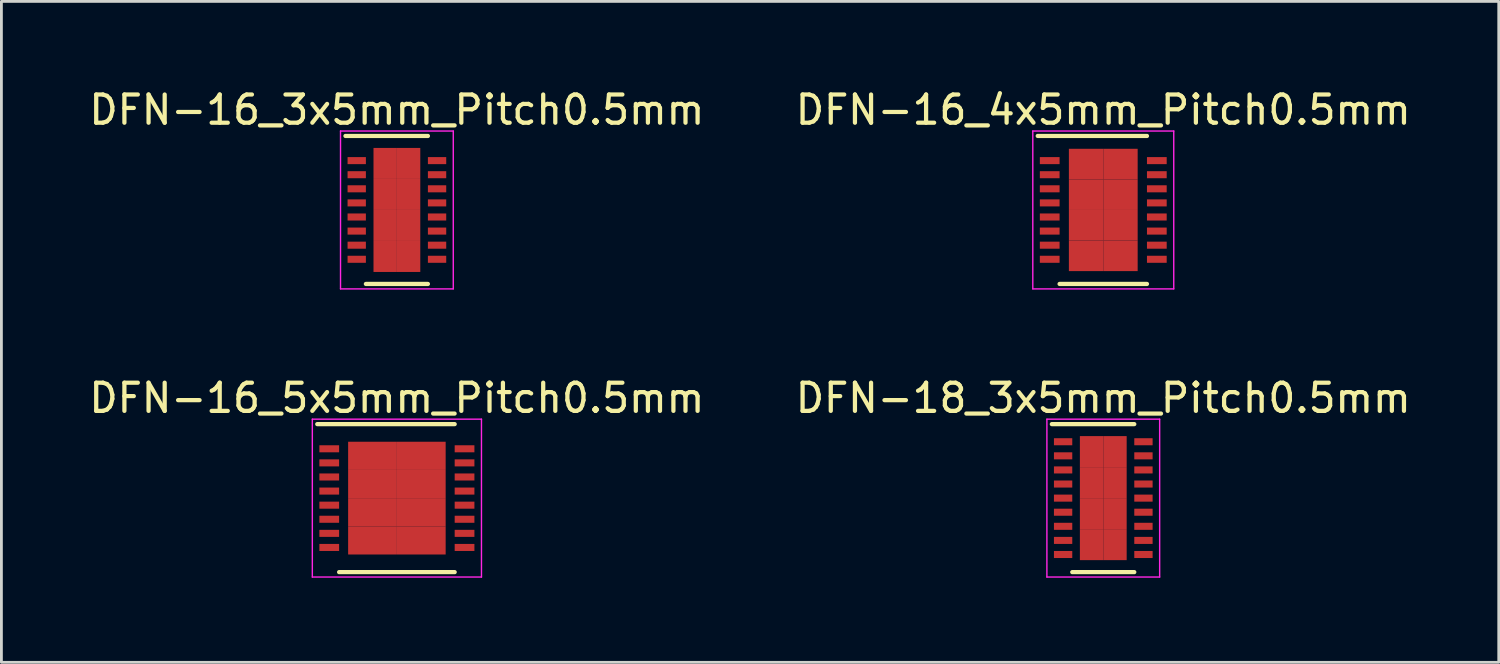
<source format=kicad_pcb>
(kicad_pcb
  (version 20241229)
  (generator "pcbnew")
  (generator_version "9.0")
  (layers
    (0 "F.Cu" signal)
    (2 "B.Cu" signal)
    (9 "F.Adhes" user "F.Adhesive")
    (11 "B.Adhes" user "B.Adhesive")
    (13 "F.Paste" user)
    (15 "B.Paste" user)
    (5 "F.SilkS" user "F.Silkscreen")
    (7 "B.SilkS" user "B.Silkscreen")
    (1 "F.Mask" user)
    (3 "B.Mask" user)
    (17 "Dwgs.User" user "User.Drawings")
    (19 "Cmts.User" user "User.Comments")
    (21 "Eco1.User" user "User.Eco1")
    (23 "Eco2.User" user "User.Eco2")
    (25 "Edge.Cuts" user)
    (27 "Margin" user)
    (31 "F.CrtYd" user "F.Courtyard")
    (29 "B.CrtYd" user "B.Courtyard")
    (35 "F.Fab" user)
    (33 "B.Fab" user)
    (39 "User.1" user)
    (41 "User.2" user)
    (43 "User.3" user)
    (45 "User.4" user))
  (footprint "DFN-16_5x5mm_Pitch0.5mm"
    (layer "F.Cu")
    (at 11.03 14.621)
    (property "Reference" "DFN-16_5x5mm_Pitch0.5mm" (at 0 -3.55 0) (layer "F.SilkS") (effects (font (size 1 1) (thickness 0.15))))
    (attr smd)
    (fp_line (start -2.825 -2.625) (end 2.05 -2.625) (stroke (width 0.15) (type solid)) (layer "F.SilkS"))
    (fp_line (start -2.05 2.625) (end 2.05 2.625) (stroke (width 0.15) (type solid)) (layer "F.SilkS"))
    (fp_line (start -3 -2.8) (end -3 2.8) (stroke (width 0.05) (type solid)) (layer "F.CrtYd"))
    (fp_line (start -3 -2.8) (end 3 -2.8) (stroke (width 0.05) (type solid)) (layer "F.CrtYd"))
    (fp_line (start -3 2.8) (end 3 2.8) (stroke (width 0.05) (type solid)) (layer "F.CrtYd"))
    (fp_line (start 3 -2.8) (end 3 2.8) (stroke (width 0.05) (type solid)) (layer "F.CrtYd"))
    (pad "1" smd rect (at -2.4 -1.75) (size 0.7 0.25) (layers "F.Cu" "F.Mask" "F.Paste"))
    (pad "2" smd rect (at -2.4 -1.25) (size 0.7 0.25) (layers "F.Cu" "F.Mask" "F.Paste"))
    (pad "3" smd rect (at -2.4 -0.75) (size 0.7 0.25) (layers "F.Cu" "F.Mask" "F.Paste"))
    (pad "4" smd rect (at -2.4 -0.25) (size 0.7 0.25) (layers "F.Cu" "F.Mask" "F.Paste"))
    (pad "5" smd rect (at -2.4 0.25) (size 0.7 0.25) (layers "F.Cu" "F.Mask" "F.Paste"))
    (pad "6" smd rect (at -2.4 0.75) (size 0.7 0.25) (layers "F.Cu" "F.Mask" "F.Paste"))
    (pad "7" smd rect (at -2.4 1.25) (size 0.7 0.25) (layers "F.Cu" "F.Mask" "F.Paste"))
    (pad "8" smd rect (at -2.4 1.75) (size 0.7 0.25) (layers "F.Cu" "F.Mask" "F.Paste"))
    (pad "9" smd rect (at 2.4 1.75) (size 0.7 0.25) (layers "F.Cu" "F.Mask" "F.Paste"))
    (pad "10" smd rect (at 2.4 1.25) (size 0.7 0.25) (layers "F.Cu" "F.Mask" "F.Paste"))
    (pad "11" smd rect (at 2.4 0.75) (size 0.7 0.25) (layers "F.Cu" "F.Mask" "F.Paste"))
    (pad "12" smd rect (at 2.4 0.25) (size 0.7 0.25) (layers "F.Cu" "F.Mask" "F.Paste"))
    (pad "13" smd rect (at 2.4 -0.25) (size 0.7 0.25) (layers "F.Cu" "F.Mask" "F.Paste"))
    (pad "14" smd rect (at 2.4 -0.75) (size 0.7 0.25) (layers "F.Cu" "F.Mask" "F.Paste"))
    (pad "15" smd rect (at 2.4 -1.25) (size 0.7 0.25) (layers "F.Cu" "F.Mask" "F.Paste"))
    (pad "16" smd rect (at 2.4 -1.75) (size 0.7 0.25) (layers "F.Cu" "F.Mask" "F.Paste"))
    (pad "17" smd rect (at -0.865 -1.5) (size 1.73 1) (layers "F.Cu" "F.Mask" "F.Paste"))
    (pad "17" smd rect (at -0.865 -0.5) (size 1.73 1) (layers "F.Cu" "F.Mask" "F.Paste"))
    (pad "17" smd rect (at -0.865 0.5) (size 1.73 1) (layers "F.Cu" "F.Mask" "F.Paste"))
    (pad "17" smd rect (at -0.865 1.5) (size 1.73 1) (layers "F.Cu" "F.Mask" "F.Paste"))
    (pad "17" smd rect (at 0.865 -1.5) (size 1.73 1) (layers "F.Cu" "F.Mask" "F.Paste"))
    (pad "17" smd rect (at 0.865 -0.5) (size 1.73 1) (layers "F.Cu" "F.Mask" "F.Paste"))
    (pad "17" smd rect (at 0.865 0.5) (size 1.73 1) (layers "F.Cu" "F.Mask" "F.Paste"))
    (pad "17" smd rect (at 0.865 1.5) (size 1.73 1) (layers "F.Cu" "F.Mask" "F.Paste")))
  (footprint "DFN-18_3x5mm_Pitch0.5mm"
    (layer "F.Cu")
    (at 36.089 14.621)
    (property "Reference" "DFN-18_3x5mm_Pitch0.5mm" (at 0 -3.55 0) (layer "F.SilkS") (effects (font (size 1 1) (thickness 0.15))))
    (attr smd)
    (fp_line (start -1.825 -2.625) (end 1.1 -2.625) (stroke (width 0.15) (type solid)) (layer "F.SilkS"))
    (fp_line (start -1.1 2.625) (end 1.1 2.625) (stroke (width 0.15) (type solid)) (layer "F.SilkS"))
    (fp_line (start -2 -2.8) (end -2 2.8) (stroke (width 0.05) (type solid)) (layer "F.CrtYd"))
    (fp_line (start -2 -2.8) (end 2 -2.8) (stroke (width 0.05) (type solid)) (layer "F.CrtYd"))
    (fp_line (start -2 2.8) (end 2 2.8) (stroke (width 0.05) (type solid)) (layer "F.CrtYd"))
    (fp_line (start 2 -2.8) (end 2 2.8) (stroke (width 0.05) (type solid)) (layer "F.CrtYd"))
    (pad "1" smd rect (at -1.425 -2) (size 0.65 0.25) (layers "F.Cu" "F.Mask" "F.Paste"))
    (pad "2" smd rect (at -1.425 -1.5) (size 0.65 0.25) (layers "F.Cu" "F.Mask" "F.Paste"))
    (pad "3" smd rect (at -1.425 -1) (size 0.65 0.25) (layers "F.Cu" "F.Mask" "F.Paste"))
    (pad "4" smd rect (at -1.425 -0.5) (size 0.65 0.25) (layers "F.Cu" "F.Mask" "F.Paste"))
    (pad "5" smd rect (at -1.425 0) (size 0.65 0.25) (layers "F.Cu" "F.Mask" "F.Paste"))
    (pad "6" smd rect (at -1.425 0.5) (size 0.65 0.25) (layers "F.Cu" "F.Mask" "F.Paste"))
    (pad "7" smd rect (at -1.425 1) (size 0.65 0.25) (layers "F.Cu" "F.Mask" "F.Paste"))
    (pad "8" smd rect (at -1.425 1.5) (size 0.65 0.25) (layers "F.Cu" "F.Mask" "F.Paste"))
    (pad "9" smd rect (at -1.425 2) (size 0.65 0.25) (layers "F.Cu" "F.Mask" "F.Paste"))
    (pad "10" smd rect (at 1.425 2) (size 0.65 0.25) (layers "F.Cu" "F.Mask" "F.Paste"))
    (pad "11" smd rect (at 1.425 1.5) (size 0.65 0.25) (layers "F.Cu" "F.Mask" "F.Paste"))
    (pad "12" smd rect (at 1.425 1) (size 0.65 0.25) (layers "F.Cu" "F.Mask" "F.Paste"))
    (pad "13" smd rect (at 1.425 0.5) (size 0.65 0.25) (layers "F.Cu" "F.Mask" "F.Paste"))
    (pad "14" smd rect (at 1.425 0) (size 0.65 0.25) (layers "F.Cu" "F.Mask" "F.Paste"))
    (pad "15" smd rect (at 1.425 -0.5) (size 0.65 0.25) (layers "F.Cu" "F.Mask" "F.Paste"))
    (pad "16" smd rect (at 1.425 -1) (size 0.65 0.25) (layers "F.Cu" "F.Mask" "F.Paste"))
    (pad "17" smd rect (at 1.425 -1.5) (size 0.65 0.25) (layers "F.Cu" "F.Mask" "F.Paste"))
    (pad "18" smd rect (at 1.425 -2) (size 0.65 0.25) (layers "F.Cu" "F.Mask" "F.Paste"))
    (pad "19" smd rect (at -0.415 -1.65) (size 0.83 1.1) (layers "F.Cu" "F.Mask" "F.Paste"))
    (pad "19" smd rect (at -0.415 -0.55) (size 0.83 1.1) (layers "F.Cu" "F.Mask" "F.Paste"))
    (pad "19" smd rect (at -0.415 0.55) (size 0.83 1.1) (layers "F.Cu" "F.Mask" "F.Paste"))
    (pad "19" smd rect (at -0.415 1.65) (size 0.83 1.1) (layers "F.Cu" "F.Mask" "F.Paste"))
    (pad "19" smd rect (at 0.415 -1.65) (size 0.83 1.1) (layers "F.Cu" "F.Mask" "F.Paste"))
    (pad "19" smd rect (at 0.415 -0.55) (size 0.83 1.1) (layers "F.Cu" "F.Mask" "F.Paste"))
    (pad "19" smd rect (at 0.415 0.55) (size 0.83 1.1) (layers "F.Cu" "F.Mask" "F.Paste"))
    (pad "19" smd rect (at 0.415 1.65) (size 0.83 1.1) (layers "F.Cu" "F.Mask" "F.Paste")))
  (footprint "DFN-16_4x5mm_Pitch0.5mm"
    (layer "F.Cu")
    (at 36.089 4.398)
    (property "Reference" "DFN-16_4x5mm_Pitch0.5mm" (at 0 -3.55 0) (layer "F.SilkS") (effects (font (size 1 1) (thickness 0.15))))
    (attr smd)
    (fp_line (start -2.325 -2.625) (end 1.55 -2.625) (stroke (width 0.15) (type solid)) (layer "F.SilkS"))
    (fp_line (start -1.55 2.625) (end 1.55 2.625) (stroke (width 0.15) (type solid)) (layer "F.SilkS"))
    (fp_line (start -2.5 -2.8) (end -2.5 2.8) (stroke (width 0.05) (type solid)) (layer "F.CrtYd"))
    (fp_line (start -2.5 -2.8) (end 2.5 -2.8) (stroke (width 0.05) (type solid)) (layer "F.CrtYd"))
    (fp_line (start -2.5 2.8) (end 2.5 2.8) (stroke (width 0.05) (type solid)) (layer "F.CrtYd"))
    (fp_line (start 2.5 -2.8) (end 2.5 2.8) (stroke (width 0.05) (type solid)) (layer "F.CrtYd"))
    (pad "1" smd rect (at -1.9 -1.75) (size 0.7 0.25) (layers "F.Cu" "F.Mask" "F.Paste"))
    (pad "2" smd rect (at -1.9 -1.25) (size 0.7 0.25) (layers "F.Cu" "F.Mask" "F.Paste"))
    (pad "3" smd rect (at -1.9 -0.75) (size 0.7 0.25) (layers "F.Cu" "F.Mask" "F.Paste"))
    (pad "4" smd rect (at -1.9 -0.25) (size 0.7 0.25) (layers "F.Cu" "F.Mask" "F.Paste"))
    (pad "5" smd rect (at -1.9 0.25) (size 0.7 0.25) (layers "F.Cu" "F.Mask" "F.Paste"))
    (pad "6" smd rect (at -1.9 0.75) (size 0.7 0.25) (layers "F.Cu" "F.Mask" "F.Paste"))
    (pad "7" smd rect (at -1.9 1.25) (size 0.7 0.25) (layers "F.Cu" "F.Mask" "F.Paste"))
    (pad "8" smd rect (at -1.9 1.75) (size 0.7 0.25) (layers "F.Cu" "F.Mask" "F.Paste"))
    (pad "9" smd rect (at 1.9 1.75) (size 0.7 0.25) (layers "F.Cu" "F.Mask" "F.Paste"))
    (pad "10" smd rect (at 1.9 1.25) (size 0.7 0.25) (layers "F.Cu" "F.Mask" "F.Paste"))
    (pad "11" smd rect (at 1.9 0.75) (size 0.7 0.25) (layers "F.Cu" "F.Mask" "F.Paste"))
    (pad "12" smd rect (at 1.9 0.25) (size 0.7 0.25) (layers "F.Cu" "F.Mask" "F.Paste"))
    (pad "13" smd rect (at 1.9 -0.25) (size 0.7 0.25) (layers "F.Cu" "F.Mask" "F.Paste"))
    (pad "14" smd rect (at 1.9 -0.75) (size 0.7 0.25) (layers "F.Cu" "F.Mask" "F.Paste"))
    (pad "15" smd rect (at 1.9 -1.25) (size 0.7 0.25) (layers "F.Cu" "F.Mask" "F.Paste"))
    (pad "16" smd rect (at 1.9 -1.75) (size 0.7 0.25) (layers "F.Cu" "F.Mask" "F.Paste"))
    (pad "17" smd rect (at -0.61 -1.627) (size 1.22 1.085) (layers "F.Cu" "F.Mask" "F.Paste"))
    (pad "17" smd rect (at -0.61 -0.542) (size 1.22 1.085) (layers "F.Cu" "F.Mask" "F.Paste"))
    (pad "17" smd rect (at -0.61 0.542) (size 1.22 1.085) (layers "F.Cu" "F.Mask" "F.Paste"))
    (pad "17" smd rect (at -0.61 1.627) (size 1.22 1.085) (layers "F.Cu" "F.Mask" "F.Paste"))
    (pad "17" smd rect (at 0.61 -1.627) (size 1.22 1.085) (layers "F.Cu" "F.Mask" "F.Paste"))
    (pad "17" smd rect (at 0.61 -0.542) (size 1.22 1.085) (layers "F.Cu" "F.Mask" "F.Paste"))
    (pad "17" smd rect (at 0.61 0.542) (size 1.22 1.085) (layers "F.Cu" "F.Mask" "F.Paste"))
    (pad "17" smd rect (at 0.61 1.627) (size 1.22 1.085) (layers "F.Cu" "F.Mask" "F.Paste")))
  (footprint "DFN-16_3x5mm_Pitch0.5mm"
    (layer "F.Cu")
    (at 11.03 4.398)
    (property "Reference" "DFN-16_3x5mm_Pitch0.5mm" (at 0 -3.55 0) (layer "F.SilkS") (effects (font (size 1 1) (thickness 0.15))))
    (attr smd)
    (fp_line (start -1.825 -2.625) (end 1.1 -2.625) (stroke (width 0.15) (type solid)) (layer "F.SilkS"))
    (fp_line (start -1.1 2.625) (end 1.1 2.625) (stroke (width 0.15) (type solid)) (layer "F.SilkS"))
    (fp_line (start -2 -2.8) (end -2 2.8) (stroke (width 0.05) (type solid)) (layer "F.CrtYd"))
    (fp_line (start -2 -2.8) (end 2 -2.8) (stroke (width 0.05) (type solid)) (layer "F.CrtYd"))
    (fp_line (start -2 2.8) (end 2 2.8) (stroke (width 0.05) (type solid)) (layer "F.CrtYd"))
    (fp_line (start 2 -2.8) (end 2 2.8) (stroke (width 0.05) (type solid)) (layer "F.CrtYd"))
    (pad "1" smd rect (at -1.425 -1.75) (size 0.65 0.25) (layers "F.Cu" "F.Mask" "F.Paste"))
    (pad "2" smd rect (at -1.425 -1.25) (size 0.65 0.25) (layers "F.Cu" "F.Mask" "F.Paste"))
    (pad "3" smd rect (at -1.425 -0.75) (size 0.65 0.25) (layers "F.Cu" "F.Mask" "F.Paste"))
    (pad "4" smd rect (at -1.425 -0.25) (size 0.65 0.25) (layers "F.Cu" "F.Mask" "F.Paste"))
    (pad "5" smd rect (at -1.425 0.25) (size 0.65 0.25) (layers "F.Cu" "F.Mask" "F.Paste"))
    (pad "6" smd rect (at -1.425 0.75) (size 0.65 0.25) (layers "F.Cu" "F.Mask" "F.Paste"))
    (pad "7" smd rect (at -1.425 1.25) (size 0.65 0.25) (layers "F.Cu" "F.Mask" "F.Paste"))
    (pad "8" smd rect (at -1.425 1.75) (size 0.65 0.25) (layers "F.Cu" "F.Mask" "F.Paste"))
    (pad "9" smd rect (at 1.425 1.75) (size 0.65 0.25) (layers "F.Cu" "F.Mask" "F.Paste"))
    (pad "10" smd rect (at 1.425 1.25) (size 0.65 0.25) (layers "F.Cu" "F.Mask" "F.Paste"))
    (pad "11" smd rect (at 1.425 0.75) (size 0.65 0.25) (layers "F.Cu" "F.Mask" "F.Paste"))
    (pad "12" smd rect (at 1.425 0.25) (size 0.65 0.25) (layers "F.Cu" "F.Mask" "F.Paste"))
    (pad "13" smd rect (at 1.425 -0.25) (size 0.65 0.25) (layers "F.Cu" "F.Mask" "F.Paste"))
    (pad "14" smd rect (at 1.425 -0.75) (size 0.65 0.25) (layers "F.Cu" "F.Mask" "F.Paste"))
    (pad "15" smd rect (at 1.425 -1.25) (size 0.65 0.25) (layers "F.Cu" "F.Mask" "F.Paste"))
    (pad "16" smd rect (at 1.425 -1.75) (size 0.65 0.25) (layers "F.Cu" "F.Mask" "F.Paste"))
    (pad "17" smd rect (at -0.415 -1.65) (size 0.83 1.1) (layers "F.Cu" "F.Mask" "F.Paste"))
    (pad "17" smd rect (at -0.415 -0.55) (size 0.83 1.1) (layers "F.Cu" "F.Mask" "F.Paste"))
    (pad "17" smd rect (at -0.415 0.55) (size 0.83 1.1) (layers "F.Cu" "F.Mask" "F.Paste"))
    (pad "17" smd rect (at -0.415 1.65) (size 0.83 1.1) (layers "F.Cu" "F.Mask" "F.Paste"))
    (pad "17" smd rect (at 0.415 -1.65) (size 0.83 1.1) (layers "F.Cu" "F.Mask" "F.Paste"))
    (pad "17" smd rect (at 0.415 -0.55) (size 0.83 1.1) (layers "F.Cu" "F.Mask" "F.Paste"))
    (pad "17" smd rect (at 0.415 0.55) (size 0.83 1.1) (layers "F.Cu" "F.Mask" "F.Paste"))
    (pad "17" smd rect (at 0.415 1.65) (size 0.83 1.1) (layers "F.Cu" "F.Mask" "F.Paste")))
  (gr_rect
    (start -3 -3)
    (end 50.119 20.447)
    (stroke (width 0.1) (type default))
    (fill no)
    (layer "Edge.Cuts")))
</source>
